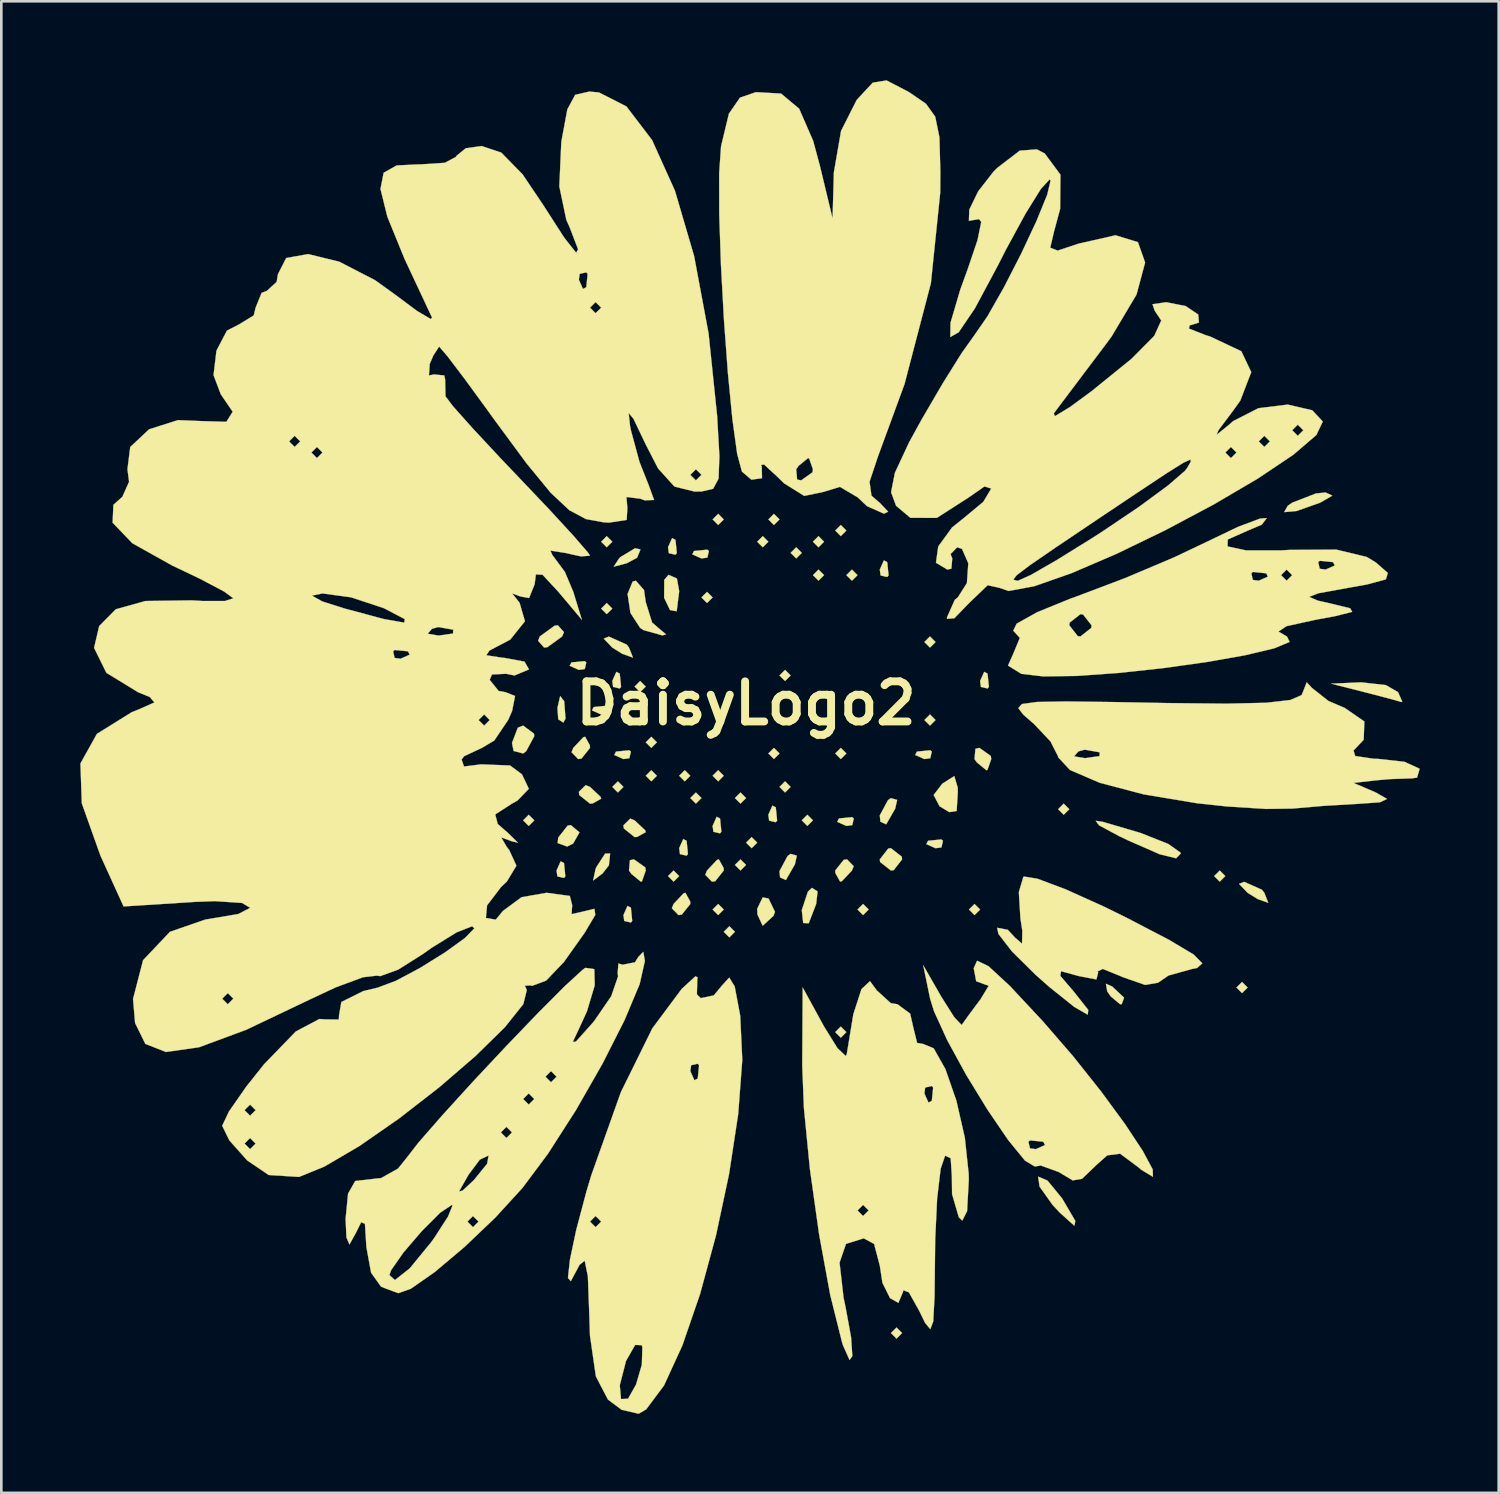
<source format=kicad_pcb>
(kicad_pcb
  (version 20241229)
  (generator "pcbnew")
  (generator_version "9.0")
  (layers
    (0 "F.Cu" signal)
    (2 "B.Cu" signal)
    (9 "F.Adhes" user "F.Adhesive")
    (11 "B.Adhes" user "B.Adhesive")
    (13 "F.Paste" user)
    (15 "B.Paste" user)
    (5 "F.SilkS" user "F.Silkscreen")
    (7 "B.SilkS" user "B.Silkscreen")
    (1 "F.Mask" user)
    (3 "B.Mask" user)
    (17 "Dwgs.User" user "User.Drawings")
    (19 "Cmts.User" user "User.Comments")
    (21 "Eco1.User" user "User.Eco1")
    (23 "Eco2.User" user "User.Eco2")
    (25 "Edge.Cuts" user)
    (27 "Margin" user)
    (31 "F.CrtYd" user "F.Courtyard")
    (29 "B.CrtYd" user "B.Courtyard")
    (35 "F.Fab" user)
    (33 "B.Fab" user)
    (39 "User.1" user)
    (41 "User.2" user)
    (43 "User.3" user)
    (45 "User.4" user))
  (footprint "DaisyLogo2"
    (layer "F.Cu")
    (at 25.286 23.663)
    (property "Reference" "DaisyLogo2" (at 0 0 0) (layer "F.SilkS") (effects (font (size 1.524 1.524) (thickness 0.3))))
    (attr through_hole)
    (fp_poly (pts (xy -8.043 4.445) (xy -8.255 4.657) (xy -8.467 4.445) (xy -8.255 4.233) (xy -8.043 4.445)) (stroke (width 0.01) (type solid)) (fill yes) (layer "F.SilkS"))
    (fp_poly (pts (xy -5.08 -6.138) (xy -5.292 -5.927) (xy -5.503 -6.138) (xy -5.292 -6.35) (xy -5.08 -6.138)) (stroke (width 0.01) (type solid)) (fill yes) (layer "F.SilkS"))
    (fp_poly (pts (xy -5.08 -3.598) (xy -5.292 -3.387) (xy -5.503 -3.598) (xy -5.292 -3.81) (xy -5.08 -3.598)) (stroke (width 0.01) (type solid)) (fill yes) (layer "F.SilkS"))
    (fp_poly (pts (xy -4.657 3.175) (xy -4.868 3.387) (xy -5.08 3.175) (xy -4.868 2.963) (xy -4.657 3.175)) (stroke (width 0.01) (type solid)) (fill yes) (layer "F.SilkS"))
    (fp_poly (pts (xy -4.233 0.635) (xy -4.445 0.847) (xy -4.657 0.635) (xy -4.445 0.423) (xy -4.233 0.635)) (stroke (width 0.01) (type solid)) (fill yes) (layer "F.SilkS"))
    (fp_poly (pts (xy -3.81 -0.635) (xy -4.022 -0.423) (xy -4.233 -0.635) (xy -4.022 -0.847) (xy -3.81 -0.635)) (stroke (width 0.01) (type solid)) (fill yes) (layer "F.SilkS"))
    (fp_poly (pts (xy -3.387 1.482) (xy -3.598 1.693) (xy -3.81 1.482) (xy -3.598 1.27) (xy -3.387 1.482)) (stroke (width 0.01) (type solid)) (fill yes) (layer "F.SilkS"))
    (fp_poly (pts (xy -3.387 2.752) (xy -3.598 2.963) (xy -3.81 2.752) (xy -3.598 2.54) (xy -3.387 2.752)) (stroke (width 0.01) (type solid)) (fill yes) (layer "F.SilkS"))
    (fp_poly (pts (xy -2.54 6.562) (xy -2.752 6.773) (xy -2.963 6.562) (xy -2.752 6.35) (xy -2.54 6.562)) (stroke (width 0.01) (type solid)) (fill yes) (layer "F.SilkS"))
    (fp_poly (pts (xy -2.117 2.752) (xy -2.328 2.963) (xy -2.54 2.752) (xy -2.328 2.54) (xy -2.117 2.752)) (stroke (width 0.01) (type solid)) (fill yes) (layer "F.SilkS"))
    (fp_poly (pts (xy -1.693 3.598) (xy -1.905 3.81) (xy -2.117 3.598) (xy -1.905 3.387) (xy -1.693 3.598)) (stroke (width 0.01) (type solid)) (fill yes) (layer "F.SilkS"))
    (fp_poly (pts (xy -1.27 -4.022) (xy -1.482 -3.81) (xy -1.693 -4.022) (xy -1.482 -4.233) (xy -1.27 -4.022)) (stroke (width 0.01) (type solid)) (fill yes) (layer "F.SilkS"))
    (fp_poly (pts (xy -0.847 -6.985) (xy -1.058 -6.773) (xy -1.27 -6.985) (xy -1.058 -7.197) (xy -0.847 -6.985)) (stroke (width 0.01) (type solid)) (fill yes) (layer "F.SilkS"))
    (fp_poly (pts (xy -0.847 2.752) (xy -1.058 2.963) (xy -1.27 2.752) (xy -1.058 2.54) (xy -0.847 2.752)) (stroke (width 0.01) (type solid)) (fill yes) (layer "F.SilkS"))
    (fp_poly (pts (xy -0.847 7.832) (xy -1.058 8.043) (xy -1.27 7.832) (xy -1.058 7.62) (xy -0.847 7.832)) (stroke (width 0.01) (type solid)) (fill yes) (layer "F.SilkS"))
    (fp_poly (pts (xy -0.423 8.678) (xy -0.635 8.89) (xy -0.847 8.678) (xy -0.635 8.467) (xy -0.423 8.678)) (stroke (width 0.01) (type solid)) (fill yes) (layer "F.SilkS"))
    (fp_poly (pts (xy 0 3.598) (xy -0.212 3.81) (xy -0.423 3.598) (xy -0.212 3.387) (xy 0 3.598)) (stroke (width 0.01) (type solid)) (fill yes) (layer "F.SilkS"))
    (fp_poly (pts (xy 0 6.138) (xy -0.212 6.35) (xy -0.423 6.138) (xy -0.212 5.927) (xy 0 6.138)) (stroke (width 0.01) (type solid)) (fill yes) (layer "F.SilkS"))
    (fp_poly (pts (xy 0.423 5.292) (xy 0.212 5.503) (xy 0 5.292) (xy 0.212 5.08) (xy 0.423 5.292)) (stroke (width 0.01) (type solid)) (fill yes) (layer "F.SilkS"))
    (fp_poly (pts (xy 0.847 -6.138) (xy 0.635 -5.927) (xy 0.423 -6.138) (xy 0.635 -6.35) (xy 0.847 -6.138)) (stroke (width 0.01) (type solid)) (fill yes) (layer "F.SilkS"))
    (fp_poly (pts (xy 1.27 -6.985) (xy 1.058 -6.773) (xy 0.847 -6.985) (xy 1.058 -7.197) (xy 1.27 -6.985)) (stroke (width 0.01) (type solid)) (fill yes) (layer "F.SilkS"))
    (fp_poly (pts (xy 1.27 1.905) (xy 1.058 2.117) (xy 0.847 1.905) (xy 1.058 1.693) (xy 1.27 1.905)) (stroke (width 0.01) (type solid)) (fill yes) (layer "F.SilkS"))
    (fp_poly (pts (xy 1.693 -1.058) (xy 1.482 -0.847) (xy 1.27 -1.058) (xy 1.482 -1.27) (xy 1.693 -1.058)) (stroke (width 0.01) (type solid)) (fill yes) (layer "F.SilkS"))
    (fp_poly (pts (xy 1.693 3.175) (xy 1.482 3.387) (xy 1.27 3.175) (xy 1.482 2.963) (xy 1.693 3.175)) (stroke (width 0.01) (type solid)) (fill yes) (layer "F.SilkS"))
    (fp_poly (pts (xy 2.117 -5.715) (xy 1.905 -5.503) (xy 1.693 -5.715) (xy 1.905 -5.927) (xy 2.117 -5.715)) (stroke (width 0.01) (type solid)) (fill yes) (layer "F.SilkS"))
    (fp_poly (pts (xy 2.54 4.445) (xy 2.328 4.657) (xy 2.117 4.445) (xy 2.328 4.233) (xy 2.54 4.445)) (stroke (width 0.01) (type solid)) (fill yes) (layer "F.SilkS"))
    (fp_poly (pts (xy 2.963 -6.138) (xy 2.752 -5.927) (xy 2.54 -6.138) (xy 2.752 -6.35) (xy 2.963 -6.138)) (stroke (width 0.01) (type solid)) (fill yes) (layer "F.SilkS"))
    (fp_poly (pts (xy 2.963 -4.868) (xy 2.752 -4.657) (xy 2.54 -4.868) (xy 2.752 -5.08) (xy 2.963 -4.868)) (stroke (width 0.01) (type solid)) (fill yes) (layer "F.SilkS"))
    (fp_poly (pts (xy 3.81 -6.562) (xy 3.598 -6.35) (xy 3.387 -6.562) (xy 3.598 -6.773) (xy 3.81 -6.562)) (stroke (width 0.01) (type solid)) (fill yes) (layer "F.SilkS"))
    (fp_poly (pts (xy 3.81 1.905) (xy 3.598 2.117) (xy 3.387 1.905) (xy 3.598 1.693) (xy 3.81 1.905)) (stroke (width 0.01) (type solid)) (fill yes) (layer "F.SilkS"))
    (fp_poly (pts (xy 3.81 12.488) (xy 3.598 12.7) (xy 3.387 12.488) (xy 3.598 12.277) (xy 3.81 12.488)) (stroke (width 0.01) (type solid)) (fill yes) (layer "F.SilkS"))
    (fp_poly (pts (xy 4.233 -4.868) (xy 4.022 -4.657) (xy 3.81 -4.868) (xy 4.022 -5.08) (xy 4.233 -4.868)) (stroke (width 0.01) (type solid)) (fill yes) (layer "F.SilkS"))
    (fp_poly (pts (xy 4.657 7.832) (xy 4.445 8.043) (xy 4.233 7.832) (xy 4.445 7.62) (xy 4.657 7.832)) (stroke (width 0.01) (type solid)) (fill yes) (layer "F.SilkS"))
    (fp_poly (pts (xy 5.927 23.918) (xy 5.715 24.13) (xy 5.503 23.918) (xy 5.715 23.707) (xy 5.927 23.918)) (stroke (width 0.01) (type solid)) (fill yes) (layer "F.SilkS"))
    (fp_poly (pts (xy 7.197 -2.328) (xy 6.985 -2.117) (xy 6.773 -2.328) (xy 6.985 -2.54) (xy 7.197 -2.328)) (stroke (width 0.01) (type solid)) (fill yes) (layer "F.SilkS"))
    (fp_poly (pts (xy 7.197 0.635) (xy 6.985 0.847) (xy 6.773 0.635) (xy 6.985 0.423) (xy 7.197 0.635)) (stroke (width 0.01) (type solid)) (fill yes) (layer "F.SilkS"))
    (fp_poly (pts (xy 8.89 7.832) (xy 8.678 8.043) (xy 8.467 7.832) (xy 8.678 7.62) (xy 8.89 7.832)) (stroke (width 0.01) (type solid)) (fill yes) (layer "F.SilkS"))
    (fp_poly (pts (xy 12.277 4.022) (xy 12.065 4.233) (xy 11.853 4.022) (xy 12.065 3.81) (xy 12.277 4.022)) (stroke (width 0.01) (type solid)) (fill yes) (layer "F.SilkS"))
    (fp_poly (pts (xy 18.203 6.562) (xy 17.992 6.773) (xy 17.78 6.562) (xy 17.992 6.35) (xy 18.203 6.562)) (stroke (width 0.01) (type solid)) (fill yes) (layer "F.SilkS"))
    (fp_poly (pts (xy 19.05 10.795) (xy 18.838 11.007) (xy 18.627 10.795) (xy 18.838 10.583) (xy 19.05 10.795)) (stroke (width 0.01) (type solid)) (fill yes) (layer "F.SilkS"))
    (fp_poly (pts (xy -6.914 6.068) (xy -6.864 6.57) (xy -6.914 6.632) (xy -7.166 6.574) (xy -7.197 6.35) (xy -7.042 6.002) (xy -6.914 6.068)) (stroke (width 0.01) (type solid)) (fill yes) (layer "F.SilkS"))
    (fp_poly (pts (xy -6.907 -0.079) (xy -6.857 0.582) (xy -6.941 0.732) (xy -7.133 0.606) (xy -7.163 0.176) (xy -7.06 -0.275) (xy -6.907 -0.079)) (stroke (width 0.01) (type solid)) (fill yes) (layer "F.SilkS"))
    (fp_poly (pts (xy -6.068 -1.552) (xy -6.126 -1.301) (xy -6.35 -1.27) (xy -6.698 -1.425) (xy -6.632 -1.552) (xy -6.13 -1.603) (xy -6.068 -1.552)) (stroke (width 0.01) (type solid)) (fill yes) (layer "F.SilkS"))
    (fp_poly (pts (xy -5.221 0.141) (xy -5.279 0.393) (xy -5.503 0.423) (xy -5.852 0.268) (xy -5.786 0.141) (xy -5.283 0.09) (xy -5.221 0.141)) (stroke (width 0.01) (type solid)) (fill yes) (layer "F.SilkS"))
    (fp_poly (pts (xy -4.798 -1.129) (xy -4.747 -0.626) (xy -4.798 -0.564) (xy -5.049 -0.623) (xy -5.08 -0.847) (xy -4.925 -1.195) (xy -4.798 -1.129)) (stroke (width 0.01) (type solid)) (fill yes) (layer "F.SilkS"))
    (fp_poly (pts (xy -4.374 1.834) (xy -4.433 2.086) (xy -4.657 2.117) (xy -5.005 1.962) (xy -4.939 1.834) (xy -4.436 1.784) (xy -4.374 1.834)) (stroke (width 0.01) (type solid)) (fill yes) (layer "F.SilkS"))
    (fp_poly (pts (xy -4.374 7.761) (xy -4.324 8.264) (xy -4.374 8.326) (xy -4.626 8.267) (xy -4.657 8.043) (xy -4.502 7.695) (xy -4.374 7.761)) (stroke (width 0.01) (type solid)) (fill yes) (layer "F.SilkS"))
    (fp_poly (pts (xy -2.681 -6.209) (xy -2.63 -5.706) (xy -2.681 -5.644) (xy -2.933 -5.703) (xy -2.963 -5.927) (xy -2.808 -6.275) (xy -2.681 -6.209)) (stroke (width 0.01) (type solid)) (fill yes) (layer "F.SilkS"))
    (fp_poly (pts (xy -2.258 5.221) (xy -2.207 5.724) (xy -2.258 5.786) (xy -2.509 5.727) (xy -2.54 5.503) (xy -2.385 5.155) (xy -2.258 5.221)) (stroke (width 0.01) (type solid)) (fill yes) (layer "F.SilkS"))
    (fp_poly (pts (xy -1.411 -5.786) (xy -1.469 -5.534) (xy -1.693 -5.503) (xy -2.042 -5.658) (xy -1.976 -5.786) (xy -1.473 -5.836) (xy -1.411 -5.786)) (stroke (width 0.01) (type solid)) (fill yes) (layer "F.SilkS"))
    (fp_poly (pts (xy -0.988 4.374) (xy -0.937 4.877) (xy -0.988 4.939) (xy -1.239 4.881) (xy -1.27 4.657) (xy -1.115 4.308) (xy -0.988 4.374)) (stroke (width 0.01) (type solid)) (fill yes) (layer "F.SilkS"))
    (fp_poly (pts (xy 1.129 3.951) (xy 1.18 4.454) (xy 1.129 4.516) (xy 0.877 4.457) (xy 0.847 4.233) (xy 1.002 3.885) (xy 1.129 3.951)) (stroke (width 0.01) (type solid)) (fill yes) (layer "F.SilkS"))
    (fp_poly (pts (xy 4.092 4.374) (xy 4.034 4.626) (xy 3.81 4.657) (xy 3.462 4.502) (xy 3.528 4.374) (xy 4.03 4.324) (xy 4.092 4.374)) (stroke (width 0.01) (type solid)) (fill yes) (layer "F.SilkS"))
    (fp_poly (pts (xy 5.362 -5.362) (xy 5.413 -4.86) (xy 5.362 -4.798) (xy 5.111 -4.856) (xy 5.08 -5.08) (xy 5.235 -5.428) (xy 5.362 -5.362)) (stroke (width 0.01) (type solid)) (fill yes) (layer "F.SilkS"))
    (fp_poly (pts (xy 7.056 1.834) (xy 6.997 2.086) (xy 6.773 2.117) (xy 6.425 1.962) (xy 6.491 1.834) (xy 6.994 1.784) (xy 7.056 1.834)) (stroke (width 0.01) (type solid)) (fill yes) (layer "F.SilkS"))
    (fp_poly (pts (xy 7.479 5.221) (xy 7.421 5.473) (xy 7.197 5.503) (xy 6.848 5.348) (xy 6.914 5.221) (xy 7.417 5.17) (xy 7.479 5.221)) (stroke (width 0.01) (type solid)) (fill yes) (layer "F.SilkS"))
    (fp_poly (pts (xy 9.172 -1.129) (xy 9.223 -0.626) (xy 9.172 -0.564) (xy 8.921 -0.623) (xy 8.89 -0.847) (xy 9.045 -1.195) (xy 9.172 -1.129)) (stroke (width 0.01) (type solid)) (fill yes) (layer "F.SilkS"))
    (fp_poly (pts (xy -6.327 4.901) (xy -6.566 5.325) (xy -6.795 5.44) (xy -7.156 5.307) (xy -7.133 5.101) (xy -6.777 4.647) (xy -6.657 4.625) (xy -6.327 4.901)) (stroke (width 0.01) (type solid)) (fill yes) (layer "F.SilkS"))
    (fp_poly (pts (xy -5.209 6.152) (xy -5.451 6.463) (xy -5.807 6.73) (xy -5.718 6.306) (xy -5.688 6.226) (xy -5.352 5.708) (xy -5.162 5.704) (xy -5.209 6.152)) (stroke (width 0.01) (type solid)) (fill yes) (layer "F.SilkS"))
    (fp_poly (pts (xy -4.536 -2.232) (xy -4.445 -2.117) (xy -4.296 -1.736) (xy -4.697 -1.879) (xy -5.08 -2.117) (xy -5.405 -2.457) (xy -5.211 -2.534) (xy -4.536 -2.232)) (stroke (width 0.01) (type solid)) (fill yes) (layer "F.SilkS"))
    (fp_poly (pts (xy -4.01 -5.845) (xy -4.138 -5.53) (xy -4.533 -5.319) (xy -5.027 -5.19) (xy -4.824 -5.5) (xy -4.77 -5.556) (xy -4.215 -5.89) (xy -4.01 -5.845)) (stroke (width 0.01) (type solid)) (fill yes) (layer "F.SilkS"))
    (fp_poly (pts (xy -2.626 -4.74) (xy -2.54 -4.258) (xy -2.634 -3.496) (xy -2.887 -3.543) (xy -3.111 -4.008) (xy -3.107 -4.689) (xy -2.945 -4.88) (xy -2.626 -4.74)) (stroke (width 0.01) (type solid)) (fill yes) (layer "F.SilkS"))
    (fp_poly (pts (xy 0.854 7.413) (xy 1.098 7.92) (xy 1.04 8.073) (xy 0.632 8.448) (xy 0.432 8.02) (xy 0.423 7.807) (xy 0.632 7.371) (xy 0.854 7.413)) (stroke (width 0.01) (type solid)) (fill yes) (layer "F.SilkS"))
    (fp_poly (pts (xy 1.929 5.786) (xy 1.855 6.116) (xy 1.513 6.712) (xy 1.292 6.612) (xy 1.27 6.375) (xy 1.577 5.801) (xy 1.688 5.718) (xy 1.929 5.786)) (stroke (width 0.01) (type solid)) (fill yes) (layer "F.SilkS"))
    (fp_poly (pts (xy 2.717 7.145) (xy 2.663 7.619) (xy 2.381 8.353) (xy 2.171 8.344) (xy 2.117 7.857) (xy 2.349 7.153) (xy 2.501 7.009) (xy 2.717 7.145)) (stroke (width 0.01) (type solid)) (fill yes) (layer "F.SilkS"))
    (fp_poly (pts (xy 5.739 3.669) (xy 5.665 4) (xy 5.323 4.596) (xy 5.102 4.496) (xy 5.08 4.258) (xy 5.387 3.684) (xy 5.498 3.601) (xy 5.739 3.669)) (stroke (width 0.01) (type solid)) (fill yes) (layer "F.SilkS"))
    (fp_poly (pts (xy 13.905 10.755) (xy 14.359 11.181) (xy 14.266 11.426) (xy 14.207 11.43) (xy 13.849 11.129) (xy 13.718 10.941) (xy 13.668 10.652) (xy 13.905 10.755)) (stroke (width 0.01) (type solid)) (fill yes) (layer "F.SilkS"))
    (fp_poly (pts (xy 19.594 7.081) (xy 19.685 7.197) (xy 19.834 7.577) (xy 19.433 7.434) (xy 19.05 7.197) (xy 18.725 6.857) (xy 18.919 6.78) (xy 19.594 7.081)) (stroke (width 0.01) (type solid)) (fill yes) (layer "F.SilkS"))
    (fp_poly (pts (xy -8.055 1.151) (xy -8.043 1.245) (xy -8.351 1.818) (xy -8.467 1.905) (xy -8.829 1.809) (xy -8.89 1.507) (xy -8.669 0.927) (xy -8.467 0.847) (xy -8.055 1.151)) (stroke (width 0.01) (type solid)) (fill yes) (layer "F.SilkS"))
    (fp_poly (pts (xy -6.917 -2.703) (xy -6.985 -2.54) (xy -7.546 -2.132) (xy -7.67 -2.117) (xy -7.899 -2.377) (xy -7.832 -2.54) (xy -7.271 -2.948) (xy -7.147 -2.963) (xy -6.917 -2.703)) (stroke (width 0.01) (type solid)) (fill yes) (layer "F.SilkS"))
    (fp_poly (pts (xy -5.932 1.598) (xy -5.927 1.693) (xy -6.252 2.1) (xy -6.375 2.117) (xy -6.628 1.857) (xy -6.562 1.693) (xy -6.181 1.289) (xy -6.113 1.27) (xy -5.932 1.598)) (stroke (width 0.01) (type solid)) (fill yes) (layer "F.SilkS"))
    (fp_poly (pts (xy -5.927 3.175) (xy -5.523 3.555) (xy -5.503 3.623) (xy -5.831 3.805) (xy -5.927 3.81) (xy -6.334 3.485) (xy -6.35 3.362) (xy -6.091 3.109) (xy -5.927 3.175)) (stroke (width 0.01) (type solid)) (fill yes) (layer "F.SilkS"))
    (fp_poly (pts (xy -4.233 4.445) (xy -3.829 4.825) (xy -3.81 4.893) (xy -4.138 5.075) (xy -4.233 5.08) (xy -4.64 4.755) (xy -4.657 4.632) (xy -4.397 4.379) (xy -4.233 4.445)) (stroke (width 0.01) (type solid)) (fill yes) (layer "F.SilkS"))
    (fp_poly (pts (xy -3.827 6.234) (xy -3.81 6.35) (xy -3.954 6.762) (xy -3.997 6.773) (xy -4.358 6.477) (xy -4.445 6.35) (xy -4.411 5.96) (xy -4.258 5.927) (xy -3.827 6.234)) (stroke (width 0.01) (type solid)) (fill yes) (layer "F.SilkS"))
    (fp_poly (pts (xy -2.122 7.524) (xy -2.117 7.62) (xy -2.442 8.027) (xy -2.565 8.043) (xy -2.818 7.784) (xy -2.752 7.62) (xy -2.371 7.216) (xy -2.303 7.197) (xy -2.122 7.524)) (stroke (width 0.01) (type solid)) (fill yes) (layer "F.SilkS"))
    (fp_poly (pts (xy -0.852 6.254) (xy -0.847 6.35) (xy -1.172 6.757) (xy -1.295 6.773) (xy -1.548 6.514) (xy -1.482 6.35) (xy -1.101 5.946) (xy -1.033 5.927) (xy -0.852 6.254)) (stroke (width 0.01) (type solid)) (fill yes) (layer "F.SilkS"))
    (fp_poly (pts (xy 4.088 6.186) (xy 4.022 6.35) (xy 3.641 6.754) (xy 3.573 6.773) (xy 3.392 6.446) (xy 3.387 6.35) (xy 3.712 5.943) (xy 3.835 5.927) (xy 4.088 6.186)) (stroke (width 0.01) (type solid)) (fill yes) (layer "F.SilkS"))
    (fp_poly (pts (xy 5.914 5.825) (xy 5.927 5.927) (xy 5.605 6.338) (xy 5.503 6.35) (xy 5.092 6.028) (xy 5.08 5.927) (xy 5.402 5.516) (xy 5.503 5.503) (xy 5.914 5.825)) (stroke (width 0.01) (type solid)) (fill yes) (layer "F.SilkS"))
    (fp_poly (pts (xy 8.041 3.207) (xy 8.043 3.37) (xy 7.999 4.089) (xy 7.719 4.133) (xy 7.349 3.909) (xy 7.125 3.482) (xy 7.455 3.052) (xy 7.91 2.764) (xy 8.041 3.207)) (stroke (width 0.01) (type solid)) (fill yes) (layer "F.SilkS"))
    (fp_poly (pts (xy 9.296 2.001) (xy 9.313 2.117) (xy 9.169 2.529) (xy 9.127 2.54) (xy 8.765 2.243) (xy 8.678 2.117) (xy 8.712 1.727) (xy 8.865 1.693) (xy 9.296 2.001)) (stroke (width 0.01) (type solid)) (fill yes) (layer "F.SilkS"))
    (fp_poly (pts (xy 22.266 -7.886) (xy 21.802 -7.62) (xy 20.904 -7.303) (xy 20.441 -7.262) (xy 20.572 -7.5) (xy 20.743 -7.62) (xy 21.647 -7.971) (xy 22.013 -8.007) (xy 22.266 -7.886)) (stroke (width 0.01) (type solid)) (fill yes) (layer "F.SilkS"))
    (fp_poly (pts (xy 11.448 18.126) (xy 11.998 18.796) (xy 12.017 18.825) (xy 12.507 19.662) (xy 12.469 19.842) (xy 11.924 19.353) (xy 11.639 19.047) (xy 11.148 18.355) (xy 11.093 17.976) (xy 11.448 18.126)) (stroke (width 0.01) (type solid)) (fill yes) (layer "F.SilkS"))
    (fp_poly (pts (xy 24.3 -0.692) (xy 24.765 -0.423) (xy 24.925 -0.06) (xy 24.896 -0.05) (xy 24.438 -0.178) (xy 23.516 -0.418) (xy 23.495 -0.423) (xy 22.225 -0.746) (xy 23.364 -0.797) (xy 24.3 -0.692)) (stroke (width 0.01) (type solid)) (fill yes) (layer "F.SilkS"))
    (fp_poly (pts (xy 13.547 4.502) (xy 14.978 4.922) (xy 16.034 5.34) (xy 16.503 5.672) (xy 16.51 5.705) (xy 16.334 5.886) (xy 15.715 5.734) (xy 14.521 5.211) (xy 14.182 5.05) (xy 13.406 4.633) (xy 13.28 4.461) (xy 13.547 4.502)) (stroke (width 0.01) (type solid)) (fill yes) (layer "F.SilkS"))
    (fp_poly (pts (xy -3.876 -4.303) (xy -3.81 -3.845) (xy -3.568 -3.067) (xy -3.281 -2.82) (xy -3.038 -2.618) (xy -3.175 -2.58) (xy -3.89 -2.78) (xy -4.022 -2.864) (xy -4.391 -3.433) (xy -4.499 -4.154) (xy -4.306 -4.625) (xy -4.186 -4.657) (xy -3.876 -4.303)) (stroke (width 0.01) (type solid)) (fill yes) (layer "F.SilkS"))
    (fp_poly (pts (xy 11.066 6.662) (xy 12.141 7.066) (xy 13.591 7.72) (xy 14.455 8.145) (xy 16.073 8.988) (xy 17.004 9.543) (xy 17.329 9.876) (xy 17.131 10.052) (xy 16.933 10.091) (xy 16.041 10.34) (xy 15.647 10.612) (xy 15.16 10.696) (xy 14.295 10.395) (xy 14.257 10.375) (xy 13.547 10.087) (xy 13.353 10.184) (xy 13.374 10.223) (xy 13.307 10.487) (xy 12.647 10.361) (xy 11.964 10.175) (xy 11.936 10.351) (xy 12.448 10.95) (xy 12.998 11.646) (xy 12.977 11.827) (xy 12.463 11.529) (xy 11.531 10.784) (xy 10.997 10.312) (xy 10.099 9.423) (xy 9.585 8.758) (xy 9.537 8.525) (xy 9.941 8.603) (xy 10.219 8.902) (xy 10.482 9.13) (xy 10.493 8.638) (xy 10.421 8.166) (xy 10.361 7.17) (xy 10.532 6.596) (xy 10.553 6.58) (xy 11.066 6.662)) (stroke (width 0.01) (type solid)) (fill yes) (layer "F.SilkS"))
    (fp_poly (pts (xy 9.207 9.983) (xy 10.018 10.733) (xy 11.277 12.081) (xy 12.423 13.406) (xy 13.484 14.74) (xy 14.39 15.975) (xy 15.067 16.999) (xy 15.446 17.705) (xy 15.454 17.982) (xy 15.019 17.722) (xy 14.906 17.625) (xy 14.208 17.107) (xy 13.72 17.168) (xy 13.323 17.52) (xy 12.76 18.06) (xy 12.407 18.12) (xy 11.874 17.801) (xy 11.195 17.555) (xy 10.968 17.592) (xy 10.596 17.371) (xy 10.008 16.651) (xy 10.724 16.651) (xy 10.783 16.903) (xy 11.007 16.933) (xy 11.355 16.778) (xy 11.289 16.651) (xy 10.786 16.6) (xy 10.724 16.651) (xy 10.008 16.651) (xy 9.957 16.588) (xy 9.172 15.437) (xy 8.36 14.11) (xy 7.643 12.799) (xy 7.14 11.697) (xy 6.991 11.218) (xy 6.729 9.948) (xy 7.419 11.15) (xy 7.909 11.924) (xy 8.186 12.216) (xy 8.196 12.208) (xy 8.489 11.799) (xy 8.904 11.243) (xy 9.218 10.724) (xy 9.087 10.683) (xy 8.741 10.555) (xy 8.648 10.062) (xy 8.775 9.778) (xy 9.207 9.983)) (stroke (width 0.01) (type solid)) (fill yes) (layer "F.SilkS"))
    (fp_poly (pts (xy 21.491 -0.586) (xy 22.117 -0.091) (xy 22.746 0.18) (xy 23.484 0.69) (xy 23.459 1.385) (xy 23.072 1.793) (xy 23.137 2.002) (xy 23.851 2.108) (xy 23.999 2.11) (xy 25.006 2.221) (xy 25.575 2.481) (xy 25.582 2.492) (xy 25.486 2.823) (xy 25.29 2.849) (xy 24.439 2.879) (xy 23.918 2.926) (xy 23.072 3.023) (xy 23.918 3.387) (xy 24.345 3.631) (xy 24.075 3.759) (xy 23.283 3.815) (xy 21.922 3.896) (xy 20.743 3.998) (xy 19.746 4.011) (xy 18.285 3.919) (xy 17.145 3.798) (xy 15.1 3.457) (xy 13.436 3.019) (xy 12.304 2.533) (xy 11.855 2.05) (xy 11.853 2.019) (xy 11.851 2.015) (xy 12.46 2.015) (xy 12.876 2.083) (xy 13.425 2.005) (xy 13.432 1.861) (xy 12.865 1.76) (xy 12.621 1.827) (xy 12.46 2.015) (xy 11.851 2.015) (xy 11.562 1.446) (xy 10.942 0.79) (xy 10.532 0.432) (xy 10.341 0.183) (xy 10.476 0.028) (xy 11.044 -0.051) (xy 12.154 -0.071) (xy 13.913 -0.049) (xy 15.981 -0.01) (xy 18.232 0.014) (xy 19.757 -0.021) (xy 20.674 -0.126) (xy 21.101 -0.312) (xy 21.173 -0.485) (xy 21.295 -0.8) (xy 21.491 -0.586)) (stroke (width 0.01) (type solid)) (fill yes) (layer "F.SilkS"))
    (fp_poly (pts (xy 6.164 -23.228) (xy 6.214 -23.198) (xy 6.831 -22.774) (xy 7.185 -22.282) (xy 7.345 -21.496) (xy 7.38 -20.19) (xy 7.374 -19.388) (xy 7.02 -15.956) (xy 6.019 -12.125) (xy 5.019 -9.4) (xy 4.69 -8.417) (xy 4.764 -7.885) (xy 5.086 -7.607) (xy 5.397 -7.279) (xy 5.238 -7.203) (xy 4.59 -7.491) (xy 4.241 -7.823) (xy 3.565 -8.221) (xy 2.939 -8.03) (xy 2.209 -7.878) (xy 1.445 -8.355) (xy 1.228 -8.568) (xy 0.881 -8.89) (xy 1.905 -8.89) (xy 1.939 -8.5) (xy 2.092 -8.467) (xy 2.523 -8.774) (xy 2.54 -8.89) (xy 2.396 -9.302) (xy 2.353 -9.313) (xy 1.992 -9.017) (xy 1.905 -8.89) (xy 0.881 -8.89) (xy 0.687 -9.07) (xy 0.568 -9.053) (xy 0.598 -8.996) (xy 0.606 -8.551) (xy 0.204 -8.494) (xy -0.156 -8.801) (xy -0.337 -9.474) (xy -0.519 -10.794) (xy -0.691 -12.562) (xy -0.84 -14.58) (xy -0.953 -16.646) (xy -1.018 -18.563) (xy -1.021 -20.13) (xy -0.95 -21.149) (xy -0.947 -21.167) (xy -0.651 -22.395) (xy -0.229 -23.005) (xy 0.376 -23.213) (xy 1.33 -23.158) (xy 2.016 -22.586) (xy 2.548 -21.366) (xy 2.807 -20.406) (xy 3.286 -18.415) (xy 3.336 -20.167) (xy 3.609 -21.742) (xy 4.204 -22.919) (xy 4.812 -23.573) (xy 5.336 -23.658) (xy 6.164 -23.228)) (stroke (width 0.01) (type solid)) (fill yes) (layer "F.SilkS"))
    (fp_poly (pts (xy -1.832 10.415) (xy -1.85 10.448) (xy -1.867 11.052) (xy -1.726 11.198) (xy -1.226 11.094) (xy -0.912 10.715) (xy -0.638 10.417) (xy -0.43 10.758) (xy -0.227 11.84) (xy -0.222 11.87) (xy -0.143 13.542) (xy -0.298 15.6) (xy -0.645 17.879) (xy -1.143 20.215) (xy -1.748 22.441) (xy -2.42 24.393) (xy -3.115 25.907) (xy -3.793 26.816) (xy -4.078 26.983) (xy -4.725 26.833) (xy -5.243 26.447) (xy -5.529 25.899) (xy -4.796 25.899) (xy -4.749 26.425) (xy -4.482 26.413) (xy -4.179 25.876) (xy -3.958 25.121) (xy -3.938 24.455) (xy -3.961 24.378) (xy -4.213 24.369) (xy -4.559 24.977) (xy -4.796 25.899) (xy -5.529 25.899) (xy -5.704 25.563) (xy -5.928 24.015) (xy -5.956 23.147) (xy -6.008 21.758) (xy -6.129 21.169) (xy -6.33 21.332) (xy -6.35 21.378) (xy -6.656 21.948) (xy -6.764 21.824) (xy -6.689 21.132) (xy -6.449 19.996) (xy -6.366 19.685) (xy -5.927 19.685) (xy -5.715 19.897) (xy -5.503 19.685) (xy -5.715 19.473) (xy -5.927 19.685) (xy -6.366 19.685) (xy -6.062 18.541) (xy -5.879 17.93) (xy -4.752 14.763) (xy -4.36 13.97) (xy -2.117 13.97) (xy -1.962 14.318) (xy -1.834 14.252) (xy -1.784 13.75) (xy -1.834 13.688) (xy -2.086 13.746) (xy -2.117 13.97) (xy -4.36 13.97) (xy -3.559 12.345) (xy -2.439 10.841) (xy -1.921 10.367) (xy -1.832 10.415)) (stroke (width 0.01) (type solid)) (fill yes) (layer "F.SilkS"))
    (fp_poly (pts (xy 4.962 10.901) (xy 5.494 11.386) (xy 5.75 11.43) (xy 6.232 11.784) (xy 6.35 12.302) (xy 6.497 12.899) (xy 6.728 12.939) (xy 7.128 13.105) (xy 7.573 13.895) (xy 7.99 15.097) (xy 8.309 16.496) (xy 8.457 17.88) (xy 8.46 18.106) (xy 8.395 19.288) (xy 8.213 19.648) (xy 8.081 19.519) (xy 7.825 18.643) (xy 7.816 17.944) (xy 7.772 17.277) (xy 7.56 17.182) (xy 7.39 17.682) (xy 7.257 18.812) (xy 7.184 20.359) (xy 7.178 20.874) (xy 7.159 22.547) (xy 7.109 23.478) (xy 6.998 23.771) (xy 6.798 23.529) (xy 6.577 23.072) (xy 6.186 22.374) (xy 5.972 22.29) (xy 5.961 22.356) (xy 5.786 22.772) (xy 5.469 22.592) (xy 5.179 22.007) (xy 5.08 21.353) (xy 4.863 20.533) (xy 4.47 20.32) (xy 3.796 20.531) (xy 3.551 21.244) (xy 3.704 22.58) (xy 3.778 22.927) (xy 3.989 24.077) (xy 4.037 24.792) (xy 3.933 24.943) (xy 3.69 24.403) (xy 3.646 24.268) (xy 3.198 22.475) (xy 2.775 20.17) (xy 2.647 19.262) (xy 4.233 19.262) (xy 4.445 19.473) (xy 4.657 19.262) (xy 4.445 19.05) (xy 4.233 19.262) (xy 2.647 19.262) (xy 2.425 17.687) (xy 2.197 15.36) (xy 2.176 14.817) (xy 6.773 14.817) (xy 6.928 15.165) (xy 7.056 15.099) (xy 7.106 14.596) (xy 7.056 14.534) (xy 6.804 14.593) (xy 6.773 14.817) (xy 2.176 14.817) (xy 2.134 13.758) (xy 2.152 10.795) (xy 2.963 12.277) (xy 3.473 13.099) (xy 3.785 13.394) (xy 3.824 13.335) (xy 4.074 11.813) (xy 4.384 10.853) (xy 4.708 10.554) (xy 4.962 10.901)) (stroke (width 0.01) (type solid)) (fill yes) (layer "F.SilkS"))
    (fp_poly (pts (xy 19.587 -6.785) (xy 19.082 -6.572) (xy 18.297 -6.223) (xy 18.289 -5.958) (xy 18.989 -5.809) (xy 20.33 -5.809) (xy 20.637 -5.827) (xy 22.417 -5.838) (xy 23.577 -5.558) (xy 23.918 -5.352) (xy 24.375 -4.952) (xy 24.303 -4.709) (xy 23.582 -4.514) (xy 22.86 -4.385) (xy 21.74 -4.181) (xy 21.385 -4.042) (xy 21.72 -3.9) (xy 22.225 -3.785) (xy 22.947 -3.609) (xy 23.022 -3.474) (xy 22.377 -3.311) (xy 21.605 -3.168) (xy 20.529 -2.931) (xy 20.222 -2.727) (xy 20.547 -2.534) (xy 20.645 -2.332) (xy 20.061 -2.089) (xy 18.956 -1.826) (xy 17.492 -1.567) (xy 15.831 -1.335) (xy 14.134 -1.152) (xy 12.563 -1.04) (xy 11.28 -1.023) (xy 10.455 -1.12) (xy 9.95 -1.433) (xy 10.158 -1.903) (xy 10.399 -2.486) (xy 10.149 -2.759) (xy 10.248 -2.963) (xy 12.277 -2.963) (xy 12.599 -2.552) (xy 12.7 -2.54) (xy 13.111 -2.862) (xy 13.123 -2.963) (xy 12.801 -3.374) (xy 12.7 -3.387) (xy 12.289 -3.065) (xy 12.277 -2.963) (xy 10.248 -2.963) (xy 10.278 -3.025) (xy 11.054 -3.459) (xy 12.318 -3.975) (xy 12.562 -4.062) (xy 14.397 -4.756) (xy 14.83 -4.939) (xy 19.191 -4.939) (xy 19.249 -4.687) (xy 19.473 -4.657) (xy 19.822 -4.812) (xy 19.792 -4.868) (xy 20.32 -4.868) (xy 20.532 -4.657) (xy 20.743 -4.868) (xy 20.532 -5.08) (xy 20.32 -4.868) (xy 19.792 -4.868) (xy 19.756 -4.939) (xy 19.253 -4.99) (xy 19.191 -4.939) (xy 14.83 -4.939) (xy 15.83 -5.362) (xy 21.731 -5.362) (xy 21.789 -5.111) (xy 22.013 -5.08) (xy 22.362 -5.235) (xy 22.296 -5.362) (xy 21.793 -5.413) (xy 21.731 -5.362) (xy 15.83 -5.362) (xy 16.257 -5.543) (xy 17.522 -6.145) (xy 18.69 -6.704) (xy 19.52 -7.015) (xy 19.777 -7.034) (xy 19.587 -6.785)) (stroke (width 0.01) (type solid)) (fill yes) (layer "F.SilkS"))
    (fp_poly (pts (xy -3.843 9.786) (xy -4.04 10.663) (xy -4.615 12.034) (xy -5.458 13.698) (xy -6.463 15.454) (xy -7.52 17.102) (xy -8.489 18.402) (xy -9.517 19.527) (xy -10.69 20.645) (xy -11.823 21.6) (xy -12.732 22.235) (xy -13.207 22.403) (xy -13.658 22.238) (xy -13.864 22.156) (xy -14.177 21.716) (xy -13.547 21.716) (xy -13.337 21.906) (xy -12.775 21.463) (xy -11.961 20.469) (xy -11.844 20.307) (xy -11.442 19.685) (xy -10.583 19.685) (xy -10.372 19.897) (xy -10.16 19.685) (xy -10.372 19.473) (xy -10.583 19.685) (xy -11.442 19.685) (xy -11.319 19.495) (xy -11.147 19.069) (xy -11.172 19.05) (xy -11.615 19.344) (xy -12.312 20.041) (xy -13.017 20.864) (xy -13.482 21.532) (xy -13.547 21.716) (xy -14.177 21.716) (xy -14.242 21.625) (xy -14.422 20.638) (xy -14.423 20.602) (xy -14.475 19.771) (xy -14.618 19.708) (xy -14.817 20.108) (xy -15.063 20.554) (xy -15.177 20.29) (xy -15.21 19.579) (xy -15.116 18.622) (xy -15.069 18.54) (xy -10.902 18.54) (xy -10.766 18.508) (xy -10.338 18.108) (xy -9.834 17.488) (xy -9.778 17.174) (xy -10.113 17.332) (xy -10.541 17.905) (xy -10.902 18.54) (xy -15.069 18.54) (xy -14.846 18.147) (xy -14.817 18.14) (xy -14.005 18.046) (xy -13.864 18.034) (xy -13.219 17.671) (xy -12.912 17.291) (xy -12.439 16.681) (xy -12.105 16.298) (xy -9.313 16.298) (xy -9.102 16.51) (xy -8.89 16.298) (xy -9.102 16.087) (xy -9.313 16.298) (xy -12.105 16.298) (xy -11.544 15.656) (xy -10.973 15.028) (xy -8.467 15.028) (xy -8.255 15.24) (xy -8.043 15.028) (xy -8.255 14.817) (xy -8.467 15.028) (xy -10.973 15.028) (xy -10.385 14.383) (xy -10.197 14.182) (xy -7.62 14.182) (xy -7.408 14.393) (xy -7.197 14.182) (xy -7.408 13.97) (xy -7.62 14.182) (xy -10.197 14.182) (xy -9.116 13.027) (xy -7.893 11.755) (xy -6.873 10.732) (xy -6.212 10.125) (xy -6.105 10.047) (xy -5.763 10.096) (xy -5.748 10.713) (xy -6.042 11.696) (xy -6.308 12.277) (xy -6.582 12.864) (xy -6.462 12.847) (xy -5.882 12.2) (xy -5.766 12.065) (xy -5.119 11.123) (xy -4.86 10.37) (xy -4.877 10.244) (xy -4.847 9.883) (xy -4.688 9.929) (xy -4.219 9.837) (xy -4.091 9.633) (xy -3.902 9.439) (xy -3.843 9.786)) (stroke (width 0.01) (type solid)) (fill yes) (layer "F.SilkS"))
    (fp_poly (pts (xy 11.343 -20.885) (xy 11.941 -20.079) (xy 11.929 -18.778) (xy 11.696 -17.915) (xy 11.553 -17.303) (xy 11.838 -17.195) (xy 12.618 -17.455) (xy 14.031 -17.777) (xy 14.884 -17.516) (xy 15.157 -16.743) (xy 14.831 -15.526) (xy 13.885 -13.935) (xy 13.701 -13.685) (xy 12.79 -12.476) (xy 12.035 -11.473) (xy 11.69 -11.015) (xy 11.728 -10.905) (xy 12.299 -11.25) (xy 13.123 -11.855) (xy 14.642 -13.086) (xy 15.503 -13.954) (xy 15.77 -14.539) (xy 15.521 -14.913) (xy 15.437 -15.158) (xy 15.956 -15.234) (xy 16.695 -15.089) (xy 17.174 -14.768) (xy 17.201 -14.461) (xy 16.852 -14.355) (xy 16.819 -14.234) (xy 17.449 -13.986) (xy 17.629 -13.931) (xy 18.812 -13.372) (xy 19.188 -12.58) (xy 18.774 -11.501) (xy 18.518 -11.14) (xy 17.94 -10.368) (xy 17.872 -10.197) (xy 18.086 -10.372) (xy 20.743 -10.372) (xy 20.955 -10.16) (xy 21.167 -10.372) (xy 20.955 -10.583) (xy 20.743 -10.372) (xy 18.086 -10.372) (xy 18.313 -10.555) (xy 18.505 -10.721) (xy 19.461 -11.209) (xy 20.571 -11.346) (xy 21.505 -11.131) (xy 21.905 -10.703) (xy 21.661 -10.19) (xy 20.788 -9.442) (xy 19.44 -8.538) (xy 17.77 -7.557) (xy 15.932 -6.579) (xy 14.08 -5.682) (xy 12.366 -4.945) (xy 10.946 -4.447) (xy 9.971 -4.267) (xy 9.628 -4.386) (xy 9.177 -4.486) (xy 8.473 -3.81) (xy 7.912 -3.232) (xy 7.635 -3.208) (xy 7.629 -3.256) (xy 7.928 -3.931) (xy 8.043 -4.022) (xy 8.389 -4.568) (xy 8.398 -4.698) (xy 10.15 -4.698) (xy 10.285 -4.657) (xy 10.333 -4.657) (xy 10.812 -4.872) (xy 11.806 -5.444) (xy 13.126 -6.263) (xy 13.528 -6.521) (xy 14.919 -7.458) (xy 16.033 -8.278) (xy 16.674 -8.834) (xy 16.737 -8.914) (xy 16.888 -9.168) (xy 16.884 -9.264) (xy 16.611 -9.138) (xy 15.955 -8.726) (xy 14.806 -7.964) (xy 13.335 -6.979) (xy 11.759 -5.919) (xy 10.776 -5.243) (xy 10.277 -4.865) (xy 10.15 -4.698) (xy 8.398 -4.698) (xy 8.441 -5.32) (xy 8.203 -5.862) (xy 8.018 -5.927) (xy 7.766 -5.667) (xy 7.832 -5.503) (xy 7.798 -5.113) (xy 7.645 -5.08) (xy 7.213 -5.34) (xy 7.299 -5.956) (xy 7.826 -6.681) (xy 8.255 -7.024) (xy 9.012 -7.653) (xy 9.313 -8.158) (xy 9.055 -8.237) (xy 8.446 -7.813) (xy 7.247 -7.044) (xy 6.242 -7.046) (xy 5.698 -7.503) (xy 5.508 -8.018) (xy 5.655 -8.759) (xy 6.013 -9.525) (xy 18.203 -9.525) (xy 18.415 -9.313) (xy 18.627 -9.525) (xy 18.415 -9.737) (xy 18.203 -9.525) (xy 6.013 -9.525) (xy 6.193 -9.913) (xy 6.213 -9.948) (xy 19.473 -9.948) (xy 19.685 -9.737) (xy 19.897 -9.948) (xy 19.685 -10.16) (xy 19.473 -9.948) (xy 6.213 -9.948) (xy 6.657 -10.757) (xy 7.472 -12.154) (xy 8.197 -13.313) (xy 8.665 -13.97) (xy 9.166 -14.694) (xy 9.796 -15.801) (xy 10.452 -17.081) (xy 11.034 -18.323) (xy 11.439 -19.318) (xy 11.567 -19.855) (xy 11.529 -19.897) (xy 11.201 -19.543) (xy 10.615 -18.6) (xy 9.876 -17.242) (xy 9.557 -16.616) (xy 8.69 -14.998) (xy 8.078 -14.095) (xy 7.758 -13.912) (xy 7.766 -14.453) (xy 8.14 -15.724) (xy 8.408 -16.458) (xy 8.792 -17.593) (xy 8.933 -18.282) (xy 8.849 -18.39) (xy 8.464 -18.327) (xy 8.479 -18.75) (xy 8.817 -19.445) (xy 9.401 -20.196) (xy 9.544 -20.338) (xy 10.396 -20.991) (xy 11.043 -21.039) (xy 11.343 -20.885)) (stroke (width 0.01) (type solid)) (fill yes) (layer "F.SilkS"))
    (fp_poly (pts (xy -5.59 -23.203) (xy -4.544 -22.671) (xy -3.569 -21.392) (xy -2.699 -19.464) (xy -1.972 -16.985) (xy -1.424 -14.053) (xy -1.097 -10.901) (xy -1.012 -9.389) (xy -1.044 -8.534) (xy -1.25 -8.149) (xy -1.685 -8.047) (xy -1.954 -8.043) (xy -2.719 -8.232) (xy -3.122 -8.678) (xy -2.117 -8.678) (xy -1.905 -8.467) (xy -1.693 -8.678) (xy -1.905 -8.89) (xy -2.117 -8.678) (xy -3.122 -8.678) (xy -3.342 -8.922) (xy -3.815 -9.842) (xy -4.276 -10.808) (xy -4.459 -11.027) (xy -4.407 -10.539) (xy -4.374 -10.372) (xy -4.046 -9.164) (xy -3.702 -8.297) (xy -3.493 -7.724) (xy -3.848 -7.71) (xy -4.02 -7.772) (xy -4.544 -7.836) (xy -4.508 -7.419) (xy -4.534 -6.966) (xy -5.206 -6.863) (xy -5.413 -6.876) (xy -6.084 -6.999) (xy -6.713 -7.335) (xy -7.424 -8.002) (xy -8.34 -9.118) (xy -9.582 -10.803) (xy -9.805 -11.113) (xy -10.678 -12.309) (xy -11.337 -13.178) (xy -11.651 -13.544) (xy -11.658 -13.547) (xy -11.875 -13.216) (xy -12.015 -12.89) (xy -12.044 -12.453) (xy -11.848 -12.491) (xy -11.462 -12.453) (xy -11.43 -12.302) (xy -11.417 -11.703) (xy -11.414 -11.657) (xy -11.133 -11.286) (xy -10.392 -10.454) (xy -9.322 -9.305) (xy -8.663 -8.614) (xy -7.473 -7.361) (xy -6.545 -6.352) (xy -6.008 -5.731) (xy -5.927 -5.607) (xy -6.271 -5.581) (xy -6.879 -5.714) (xy -7.431 -5.8) (xy -7.36 -5.637) (xy -6.881 -4.991) (xy -6.562 -4.233) (xy -6.237 -3.175) (xy -7.126 -4.233) (xy -7.73 -4.884) (xy -7.983 -4.896) (xy -8.029 -4.526) (xy -8.241 -3.999) (xy -8.572 -4.059) (xy -8.886 -4.179) (xy -8.6 -3.815) (xy -8.398 -3.117) (xy -8.955 -2.421) (xy -9.744 -2.006) (xy -9.865 -1.825) (xy -9.243 -1.729) (xy -9.183 -1.727) (xy -8.414 -1.583) (xy -8.244 -1.288) (xy -8.794 -1.058) (xy -9.115 -1.122) (xy -9.651 -1.096) (xy -9.737 -0.892) (xy -9.398 -0.469) (xy -9.141 -0.423) (xy -8.773 -0.28) (xy -8.886 0.292) (xy -9.036 0.632) (xy -9.561 1.411) (xy -10.029 1.69) (xy -10.706 2.007) (xy -10.805 2.134) (xy -10.713 2.399) (xy -10.058 2.318) (xy -8.962 2.362) (xy -8.514 2.695) (xy -8.25 3.246) (xy -8.68 3.691) (xy -8.898 3.814) (xy -9.526 4.219) (xy -9.433 4.583) (xy -9.031 4.933) (xy -8.667 5.292) (xy -8.89 5.242) (xy -9.299 5.093) (xy -9.091 5.452) (xy -8.997 5.569) (xy -8.722 6.167) (xy -9.085 6.769) (xy -9.305 6.977) (xy -9.837 7.674) (xy -9.88 8.154) (xy -9.506 8.217) (xy -9.234 7.886) (xy -8.529 7.365) (xy -7.574 7.197) (xy -6.693 7.316) (xy -6.6 7.681) (xy -6.606 7.692) (xy -6.627 8.008) (xy -6.186 7.908) (xy -5.759 7.804) (xy -5.726 8.034) (xy -6.129 8.714) (xy -6.919 9.826) (xy -7.593 10.531) (xy -8.132 10.733) (xy -8.176 10.713) (xy -8.403 10.725) (xy -8.327 10.89) (xy -8.459 11.423) (xy -9.155 12.297) (xy -10.271 13.392) (xy -11.66 14.589) (xy -13.177 15.767) (xy -14.676 16.809) (xy -16.011 17.593) (xy -16.978 17.988) (xy -18.13 17.916) (xy -18.948 17.361) (xy -19.517 16.722) (xy -19.05 16.722) (xy -18.838 16.933) (xy -18.627 16.722) (xy -18.838 16.51) (xy -19.05 16.722) (xy -19.517 16.722) (xy -19.623 16.603) (xy -19.897 16.045) (xy -19.643 15.508) (xy -19.604 15.452) (xy -19.05 15.452) (xy -18.838 15.663) (xy -18.627 15.452) (xy -18.838 15.24) (xy -19.05 15.452) (xy -19.604 15.452) (xy -18.988 14.566) (xy -18.309 13.712) (xy -17.101 12.464) (xy -16.208 11.991) (xy -15.98 12.005) (xy -15.467 12.011) (xy -15.458 11.843) (xy -15.371 11.344) (xy -14.537 10.93) (xy -13.99 10.799) (xy -13.301 10.54) (xy -12.38 10.05) (xy -11.437 9.463) (xy -10.68 8.917) (xy -10.321 8.548) (xy -10.403 8.467) (xy -10.995 8.7) (xy -11.938 9.283) (xy -12.258 9.511) (xy -13.212 10.114) (xy -13.896 10.363) (xy -14.017 10.342) (xy -14.551 10.405) (xy -15.58 10.785) (xy -16.57 11.249) (xy -18.984 12.399) (xy -20.78 13.064) (xy -22.032 13.243) (xy -22.815 12.936) (xy -23.205 12.143) (xy -23.283 11.232) (xy -23.28 11.218) (xy -19.897 11.218) (xy -19.685 11.43) (xy -19.473 11.218) (xy -19.685 11.007) (xy -19.897 11.218) (xy -23.28 11.218) (xy -22.902 9.757) (xy -21.882 8.679) (xy -20.544 8.215) (xy -19.286 8.003) (xy -18.832 7.769) (xy -19.143 7.582) (xy -20.181 7.513) (xy -20.916 7.541) (xy -23.642 7.715) (xy -24.521 5.785) (xy -25.229 3.798) (xy -25.281 2.285) (xy -24.656 1.161) (xy -23.811 0.635) (xy -10.16 0.635) (xy -9.948 0.847) (xy -9.737 0.635) (xy -9.948 0.423) (xy -10.16 0.635) (xy -23.811 0.635) (xy -23.33 0.336) (xy -23.072 0.234) (xy -22.47 -0.033) (xy -22.651 -0.243) (xy -23.086 -0.418) (xy -24.296 -1.159) (xy -24.698 -1.976) (xy -13.406 -1.976) (xy -13.347 -1.724) (xy -13.123 -1.693) (xy -12.775 -1.848) (xy -12.841 -1.976) (xy -13.344 -2.026) (xy -13.406 -1.976) (xy -24.698 -1.976) (xy -24.763 -2.106) (xy -24.637 -2.641) (xy -12.093 -2.641) (xy -11.677 -2.573) (xy -11.128 -2.651) (xy -11.121 -2.796) (xy -11.688 -2.897) (xy -11.933 -2.829) (xy -12.093 -2.641) (xy -24.637 -2.641) (xy -24.568 -2.936) (xy -23.936 -3.573) (xy -22.813 -3.886) (xy -21.051 -3.91) (xy -20.637 -3.886) (xy -19.793 -3.886) (xy -19.473 -3.989) (xy -19.613 -4.091) (xy -16.49 -4.091) (xy -16.096 -3.87) (xy -15.24 -3.598) (xy -13.748 -3.198) (xy -12.98 -3.064) (xy -12.961 -3.196) (xy -13.719 -3.595) (xy -13.758 -3.614) (xy -15 -4.026) (xy -16.087 -4.173) (xy -16.49 -4.091) (xy -19.613 -4.091) (xy -19.825 -4.246) (xy -20.741 -4.731) (xy -21.802 -5.237) (xy -23.307 -6.078) (xy -24.059 -6.86) (xy -24.029 -7.54) (xy -23.689 -7.842) (xy -23.433 -8.415) (xy -23.495 -8.89) (xy -23.416 -9.525) (xy -16.51 -9.525) (xy -16.298 -9.313) (xy -16.087 -9.525) (xy -16.298 -9.737) (xy -16.51 -9.525) (xy -23.416 -9.525) (xy -23.39 -9.734) (xy -23.162 -9.948) (xy -17.357 -9.948) (xy -17.145 -9.737) (xy -16.933 -9.948) (xy -17.145 -10.16) (xy -17.357 -9.948) (xy -23.162 -9.948) (xy -22.673 -10.407) (xy -21.578 -10.756) (xy -20.682 -10.719) (xy -19.738 -10.692) (xy -19.498 -11.075) (xy -19.95 -11.738) (xy -20.225 -12.464) (xy -20.115 -13.394) (xy -19.716 -14.156) (xy -19.254 -14.393) (xy -18.699 -14.732) (xy -18.627 -15.028) (xy -18.398 -15.592) (xy -18.203 -15.663) (xy -17.828 -16.006) (xy -17.78 -16.298) (xy -17.465 -16.913) (xy -16.632 -17.062) (xy -15.452 -16.773) (xy -14.095 -16.074) (xy -13.384 -15.564) (xy -12.49 -14.898) (xy -11.976 -14.597) (xy -11.924 -14.645) (xy -12.103 -15.028) (xy -5.927 -15.028) (xy -5.715 -14.817) (xy -5.503 -15.028) (xy -5.715 -15.24) (xy -5.927 -15.028) (xy -12.103 -15.028) (xy -12.599 -16.087) (xy -6.35 -16.087) (xy -6.195 -15.738) (xy -6.068 -15.804) (xy -6.017 -16.307) (xy -6.068 -16.369) (xy -6.319 -16.311) (xy -6.35 -16.087) (xy -12.599 -16.087) (xy -12.972 -16.883) (xy -13.623 -18.48) (xy -13.885 -19.535) (xy -13.765 -20.151) (xy -13.272 -20.429) (xy -12.412 -20.471) (xy -12.367 -20.469) (xy -11.438 -20.53) (xy -11.01 -20.76) (xy -11.007 -20.787) (xy -10.647 -21.082) (xy -10.045 -21.167) (xy -9.298 -20.918) (xy -8.488 -20.091) (xy -7.716 -18.945) (xy -6.904 -17.683) (xy -6.452 -17.112) (xy -6.379 -17.245) (xy -6.706 -18.095) (xy -6.826 -18.362) (xy -7.092 -19.632) (xy -7.017 -21.313) (xy -7.008 -21.371) (xy -6.787 -22.56) (xy -6.489 -23.112) (xy -5.955 -23.234) (xy -5.59 -23.203)) (stroke (width 0.01) (type solid)) (fill yes) (layer "F.SilkS")))
  (gr_rect
    (start -3 -3)
    (end 53.873 53.651)
    (stroke (width 0.1) (type default))
    (fill no)
    (layer "Edge.Cuts")))
</source>
